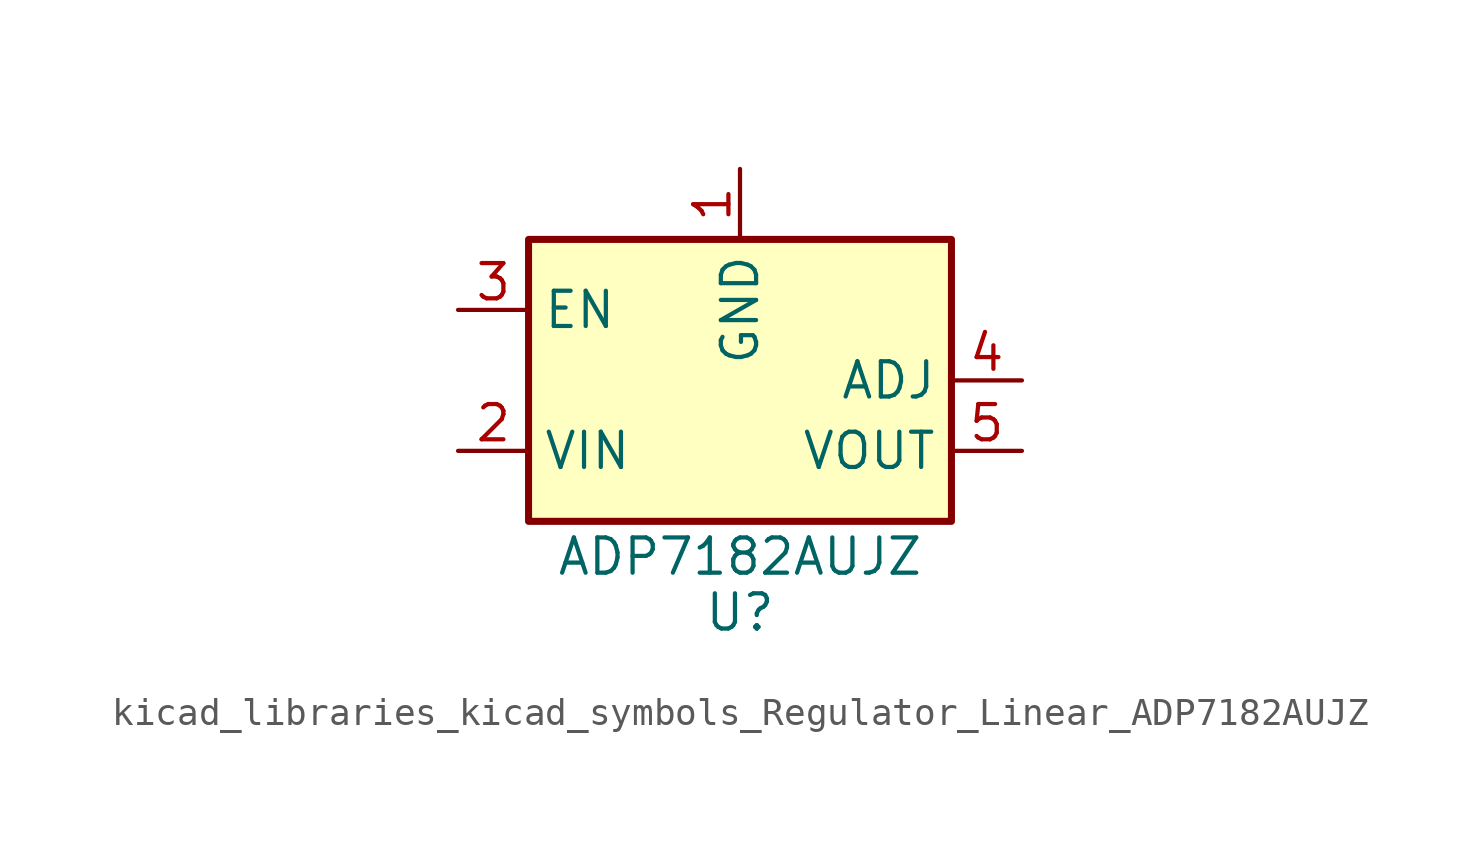
<source format=kicad_sym>
(kicad_symbol_lib
  (version 20220914)
  (generator kicad_symbol_editor)
  (symbol "kicad_libraries_kicad_symbols_Regulator_Linear_ADP7182AUJZ"
    (property "Reference" "U"
      (at 0 -7.62 0)
      (effects (font (size 1.27 1.27)) (justify top)))
    (property "Value" "ADP7182AUJZ"
      (at 0 -6.35 0)
      (effects (font (size 1.27 1.27))))
    (symbol "kicad_libraries_kicad_symbols_Regulator_Linear_ADP7182AUJZ_0_1"
      (rectangle (start -7.62 5.08) (end 7.62 -5.08) (stroke (width 0.254) (type default)) (fill (type background))))
    (symbol "kicad_libraries_kicad_symbols_Regulator_Linear_ADP7182AUJZ_1_1"
      (pin power_in line (at 0 7.62 270) (length 2.54) (name "GND" (effects (font (size 1.27 1.27)))) (number "1" (effects (font (size 1.27 1.27)))))
      (pin power_in line (at -10.16 -2.54 0) (length 2.54) (name "VIN" (effects (font (size 1.27 1.27)))) (number "2" (effects (font (size 1.27 1.27)))))
      (pin input line (at -10.16 2.54 0) (length 2.54) (name "EN" (effects (font (size 1.27 1.27)))) (number "3" (effects (font (size 1.27 1.27)))))
      (pin input line (at 10.16 0 180) (length 2.54) (name "ADJ" (effects (font (size 1.27 1.27)))) (number "4" (effects (font (size 1.27 1.27)))))
      (pin power_out line (at 10.16 -2.54 180) (length 2.54) (name "VOUT" (effects (font (size 1.27 1.27)))) (number "5" (effects (font (size 1.27 1.27))))))))
</source>
